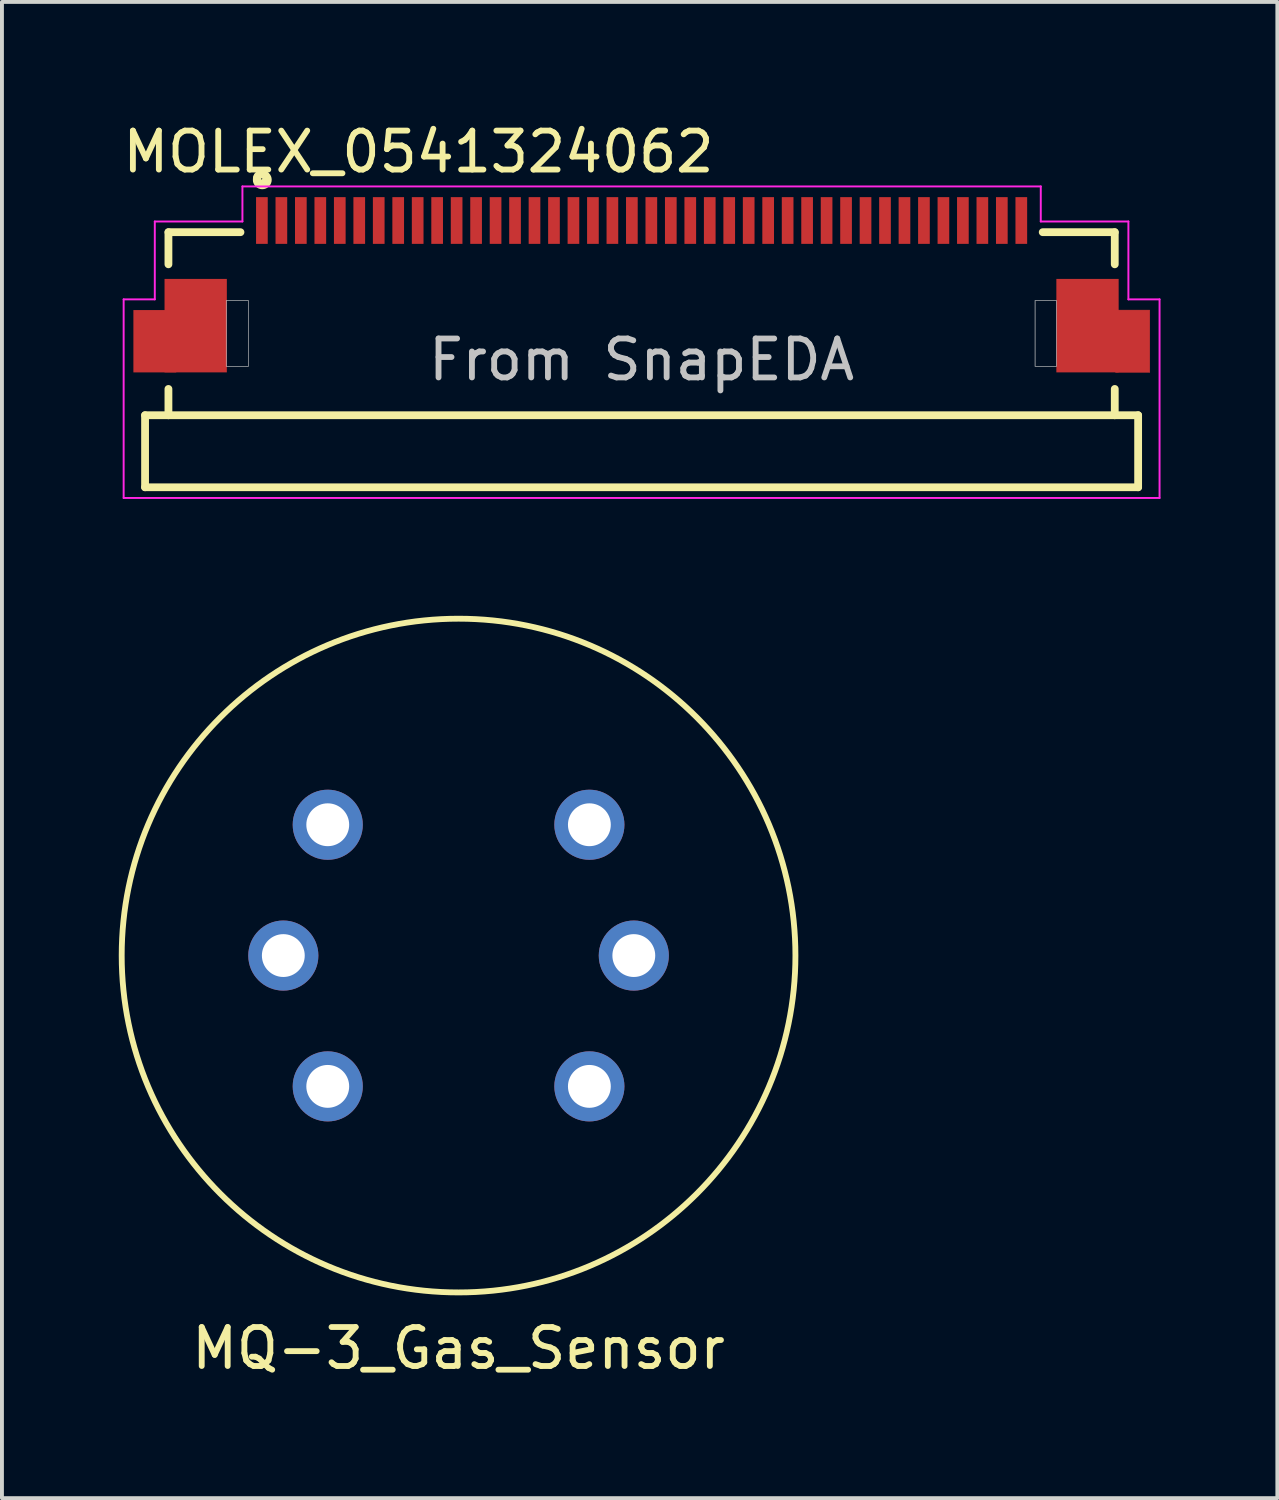
<source format=kicad_pcb>
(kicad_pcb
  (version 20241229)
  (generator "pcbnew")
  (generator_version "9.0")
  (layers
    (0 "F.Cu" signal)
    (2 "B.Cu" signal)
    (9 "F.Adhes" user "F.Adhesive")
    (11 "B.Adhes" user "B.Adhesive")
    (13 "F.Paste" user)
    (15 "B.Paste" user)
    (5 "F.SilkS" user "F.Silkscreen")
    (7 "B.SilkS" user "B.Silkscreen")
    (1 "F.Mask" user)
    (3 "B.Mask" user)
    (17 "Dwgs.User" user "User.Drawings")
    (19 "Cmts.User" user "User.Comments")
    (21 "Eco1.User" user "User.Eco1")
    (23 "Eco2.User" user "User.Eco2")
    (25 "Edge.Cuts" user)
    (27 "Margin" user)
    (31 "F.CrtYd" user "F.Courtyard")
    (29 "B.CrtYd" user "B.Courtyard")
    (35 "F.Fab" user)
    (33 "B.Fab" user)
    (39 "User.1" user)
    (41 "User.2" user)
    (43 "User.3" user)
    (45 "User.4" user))
  (footprint "MOLEX_0541324062"
    (layer "F.Cu")
    (at 13.425 6.187)
    (property "Reference" "MOLEX_0541324062" (at -5.729 -5.338 0) (layer "F.SilkS") (effects (font (size 1 1) (thickness 0.15))))
    (attr through_hole)
    (fp_poly (pts (xy 12.171 -1.275) (xy 13.05 -1.275) (xy 13.05 0.326) (xy 12.171 0.326)) (stroke (width 0.01) (type solid)) (fill yes) (layer "F.Cu"))
    (fp_poly (pts (xy -13.05 -1.275) (xy -10.7 -1.275) (xy -10.7 -1.675) (xy -11.95 0.125) (xy -11.95 0.325) (xy -13.05 0.325)) (stroke (width 0) (type solid)) (fill yes) (layer "F.Cu"))
    (fp_poly (pts (xy -13.155 -1.375) (xy -12.3 -1.375) (xy -12.3 0.425) (xy -13.155 0.425)) (stroke (width 0.01) (type solid)) (fill yes) (layer "F.Mask"))
    (fp_poly (pts (xy 12.157 -1.375) (xy 13.15 -1.375) (xy 13.15 0.425) (xy 12.157 0.425)) (stroke (width 0.01) (type solid)) (fill yes) (layer "F.Mask"))
    (fp_line (start -12.75 1.425) (end -12.15 1.425) (stroke (width 0.2) (type solid)) (layer "F.SilkS"))
    (fp_line (start -12.75 3.275) (end -12.75 1.425) (stroke (width 0.2) (type solid)) (layer "F.SilkS"))
    (fp_line (start -12.15 -3.275) (end -10.3 -3.275) (stroke (width 0.2) (type solid)) (layer "F.SilkS"))
    (fp_line (start -12.15 -2.45) (end -12.15 -3.275) (stroke (width 0.2) (type solid)) (layer "F.SilkS"))
    (fp_line (start -12.15 1.425) (end -12.15 0.75) (stroke (width 0.2) (type solid)) (layer "F.SilkS"))
    (fp_line (start 10.3 -3.275) (end 12.15 -3.275) (stroke (width 0.2) (type solid)) (layer "F.SilkS"))
    (fp_line (start 12.15 -3.275) (end 12.15 -2.45) (stroke (width 0.2) (type solid)) (layer "F.SilkS"))
    (fp_line (start 12.15 0.75) (end 12.15 1.425) (stroke (width 0.2) (type solid)) (layer "F.SilkS"))
    (fp_line (start 12.15 1.425) (end -12.15 1.425) (stroke (width 0.2) (type solid)) (layer "F.SilkS"))
    (fp_line (start 12.15 1.425) (end 12.75 1.425) (stroke (width 0.2) (type solid)) (layer "F.SilkS"))
    (fp_line (start 12.75 1.425) (end 12.75 3.275) (stroke (width 0.2) (type solid)) (layer "F.SilkS"))
    (fp_line (start 12.75 3.275) (end -12.75 3.275) (stroke (width 0.2) (type solid)) (layer "F.SilkS"))
    (fp_circle (center -9.76 -4.65) (end -9.64 -4.65) (stroke (width 0.2) (type solid)) (fill no) (layer "F.SilkS"))
    (fp_circle (center -9.74 -4.62) (end -9.698 -4.62) (stroke (width 0.2) (type solid)) (fill no) (layer "F.SilkS"))
    (fp_poly (pts (xy -13.069 -1.275) (xy -12.25 -1.275) (xy -12.25 0.325) (xy -13.069 0.325)) (stroke (width 0.01) (type solid)) (fill yes) (layer "F.Paste"))
    (fp_poly (pts (xy 12.117 -1.275) (xy 13.05 -1.275) (xy 13.05 0.325) (xy 12.117 0.325)) (stroke (width 0.01) (type solid)) (fill yes) (layer "F.Paste"))
    (fp_poly (pts (xy -10.668 -1.525) (xy -10.1 -1.525) (xy -10.1 0.175) (xy -10.668 0.175)) (stroke (width 0.01) (type solid)) (fill no) (layer "Dwgs.User"))
    (fp_poly (pts (xy -10.651 -1.525) (xy -10.1 -1.525) (xy -10.1 0.175) (xy -10.651 0.175)) (stroke (width 0.01) (type solid)) (fill no) (layer "Dwgs.User"))
    (fp_poly (pts (xy 10.1 -1.525) (xy 10.65 -1.525) (xy 10.65 0.175) (xy 10.1 0.175)) (stroke (width 0.01) (type solid)) (fill no) (layer "Dwgs.User"))
    (fp_poly (pts (xy 10.115 -1.525) (xy 10.65 -1.525) (xy 10.65 0.175) (xy 10.115 0.175)) (stroke (width 0.01) (type solid)) (fill no) (layer "Dwgs.User"))
    (fp_line (start -13.3 -1.55) (end -12.5 -1.55) (stroke (width 0.05) (type solid)) (layer "F.CrtYd"))
    (fp_line (start -13.3 3.55) (end -13.3 -1.55) (stroke (width 0.05) (type solid)) (layer "F.CrtYd"))
    (fp_line (start -12.5 -3.55) (end -10.25 -3.55) (stroke (width 0.05) (type solid)) (layer "F.CrtYd"))
    (fp_line (start -12.5 -1.55) (end -12.5 -3.55) (stroke (width 0.05) (type solid)) (layer "F.CrtYd"))
    (fp_line (start -10.25 -4.45) (end 10.25 -4.45) (stroke (width 0.05) (type solid)) (layer "F.CrtYd"))
    (fp_line (start -10.25 -3.55) (end -10.25 -4.45) (stroke (width 0.05) (type solid)) (layer "F.CrtYd"))
    (fp_line (start 10.25 -4.45) (end 10.25 -3.55) (stroke (width 0.05) (type solid)) (layer "F.CrtYd"))
    (fp_line (start 10.25 -3.55) (end 12.5 -3.55) (stroke (width 0.05) (type solid)) (layer "F.CrtYd"))
    (fp_line (start 12.5 -3.55) (end 12.5 -1.55) (stroke (width 0.05) (type solid)) (layer "F.CrtYd"))
    (fp_line (start 12.5 -1.55) (end 13.3 -1.55) (stroke (width 0.05) (type solid)) (layer "F.CrtYd"))
    (fp_line (start 13.3 -1.55) (end 13.3 3.55) (stroke (width 0.05) (type solid)) (layer "F.CrtYd"))
    (fp_line (start 13.3 3.55) (end -13.3 3.55) (stroke (width 0.05) (type solid)) (layer "F.CrtYd"))
    (fp_text user "From SnapEDA" (at 0 0 0) (layer "Dwgs.User") (effects (font (size 1 1) (thickness 0.15))))
    (pad "1" smd rect (at -9.75 -3.575) (size 0.3 1.2) (layers "F.Cu" "F.Mask" "F.Paste"))
    (pad "2" smd rect (at -9.25 -3.575) (size 0.3 1.2) (layers "F.Cu" "F.Mask" "F.Paste"))
    (pad "3" smd rect (at -8.75 -3.575) (size 0.3 1.2) (layers "F.Cu" "F.Mask" "F.Paste"))
    (pad "4" smd rect (at -8.25 -3.575) (size 0.3 1.2) (layers "F.Cu" "F.Mask" "F.Paste"))
    (pad "5" smd rect (at -7.75 -3.575) (size 0.3 1.2) (layers "F.Cu" "F.Mask" "F.Paste"))
    (pad "6" smd rect (at -7.25 -3.575) (size 0.3 1.2) (layers "F.Cu" "F.Mask" "F.Paste"))
    (pad "7" smd rect (at -6.75 -3.575) (size 0.3 1.2) (layers "F.Cu" "F.Mask" "F.Paste"))
    (pad "8" smd rect (at -6.25 -3.575) (size 0.3 1.2) (layers "F.Cu" "F.Mask" "F.Paste"))
    (pad "9" smd rect (at -5.75 -3.575) (size 0.3 1.2) (layers "F.Cu" "F.Mask" "F.Paste"))
    (pad "10" smd rect (at -5.25 -3.575) (size 0.3 1.2) (layers "F.Cu" "F.Mask" "F.Paste"))
    (pad "11" smd rect (at -4.75 -3.575) (size 0.3 1.2) (layers "F.Cu" "F.Mask" "F.Paste"))
    (pad "12" smd rect (at -4.25 -3.575) (size 0.3 1.2) (layers "F.Cu" "F.Mask" "F.Paste"))
    (pad "13" smd rect (at -3.75 -3.575) (size 0.3 1.2) (layers "F.Cu" "F.Mask" "F.Paste"))
    (pad "14" smd rect (at -3.25 -3.575) (size 0.3 1.2) (layers "F.Cu" "F.Mask" "F.Paste"))
    (pad "15" smd rect (at -2.75 -3.575) (size 0.3 1.2) (layers "F.Cu" "F.Mask" "F.Paste"))
    (pad "16" smd rect (at -2.25 -3.575) (size 0.3 1.2) (layers "F.Cu" "F.Mask" "F.Paste"))
    (pad "17" smd rect (at -1.75 -3.575) (size 0.3 1.2) (layers "F.Cu" "F.Mask" "F.Paste"))
    (pad "18" smd rect (at -1.25 -3.575) (size 0.3 1.2) (layers "F.Cu" "F.Mask" "F.Paste"))
    (pad "19" smd rect (at -0.75 -3.575) (size 0.3 1.2) (layers "F.Cu" "F.Mask" "F.Paste"))
    (pad "20" smd rect (at -0.25 -3.575) (size 0.3 1.2) (layers "F.Cu" "F.Mask" "F.Paste"))
    (pad "21" smd rect (at 0.25 -3.575) (size 0.3 1.2) (layers "F.Cu" "F.Mask" "F.Paste"))
    (pad "22" smd rect (at 0.75 -3.575) (size 0.3 1.2) (layers "F.Cu" "F.Mask" "F.Paste"))
    (pad "23" smd rect (at 1.25 -3.575) (size 0.3 1.2) (layers "F.Cu" "F.Mask" "F.Paste"))
    (pad "24" smd rect (at 1.75 -3.575) (size 0.3 1.2) (layers "F.Cu" "F.Mask" "F.Paste"))
    (pad "25" smd rect (at 2.25 -3.575) (size 0.3 1.2) (layers "F.Cu" "F.Mask" "F.Paste"))
    (pad "26" smd rect (at 2.75 -3.575) (size 0.3 1.2) (layers "F.Cu" "F.Mask" "F.Paste"))
    (pad "27" smd rect (at 3.25 -3.575) (size 0.3 1.2) (layers "F.Cu" "F.Mask" "F.Paste"))
    (pad "28" smd rect (at 3.75 -3.575) (size 0.3 1.2) (layers "F.Cu" "F.Mask" "F.Paste"))
    (pad "29" smd rect (at 4.25 -3.575) (size 0.3 1.2) (layers "F.Cu" "F.Mask" "F.Paste"))
    (pad "30" smd rect (at 4.75 -3.575) (size 0.3 1.2) (layers "F.Cu" "F.Mask" "F.Paste"))
    (pad "31" smd rect (at 5.25 -3.575) (size 0.3 1.2) (layers "F.Cu" "F.Mask" "F.Paste"))
    (pad "32" smd rect (at 5.75 -3.575) (size 0.3 1.2) (layers "F.Cu" "F.Mask" "F.Paste"))
    (pad "33" smd rect (at 6.25 -3.575) (size 0.3 1.2) (layers "F.Cu" "F.Mask" "F.Paste"))
    (pad "34" smd rect (at 6.75 -3.575) (size 0.3 1.2) (layers "F.Cu" "F.Mask" "F.Paste"))
    (pad "35" smd rect (at 7.25 -3.575) (size 0.3 1.2) (layers "F.Cu" "F.Mask" "F.Paste"))
    (pad "36" smd rect (at 7.75 -3.575) (size 0.3 1.2) (layers "F.Cu" "F.Mask" "F.Paste"))
    (pad "37" smd rect (at 8.25 -3.575) (size 0.3 1.2) (layers "F.Cu" "F.Mask" "F.Paste"))
    (pad "38" smd rect (at 8.75 -3.575) (size 0.3 1.2) (layers "F.Cu" "F.Mask" "F.Paste"))
    (pad "39" smd rect (at 9.25 -3.575) (size 0.3 1.2) (layers "F.Cu" "F.Mask" "F.Paste"))
    (pad "40" smd rect (at 9.75 -3.575) (size 0.3 1.2) (layers "F.Cu" "F.Mask" "F.Paste"))
    (pad "41" smd rect (at -11.45 -0.875) (size 1.6 2.4) (layers "F.Cu" "F.Mask" "F.Paste"))
    (pad "44" smd rect (at 11.45 -0.875) (size 1.6 2.4) (layers "F.Cu" "F.Mask" "F.Paste")))
  (footprint "MQ-3_Gas_Sensor"
    (layer "F.Cu")
    (at 8.725 21.487)
    (property "Reference" "MQ-3_Gas_Sensor" (at 0 10.084 0) (layer "F.SilkS") (effects (font (size 1 1) (thickness 0.15))))
    (attr through_hole)
    (fp_circle (center 0 0) (end 8.65 0) (stroke (width 0.15) (type solid)) (fill no) (layer "F.SilkS"))
    (pad "A1" thru_hole circle (at -3.359 -3.359) (size 1.8 1.8) (drill 1.1) (layers "*.Cu" "*.Mask"))
    (pad "A2" thru_hole circle (at -3.359 3.359) (size 1.8 1.8) (drill 1.1) (layers "*.Cu" "*.Mask"))
    (pad "B1" thru_hole circle (at 3.359 -3.359) (size 1.8 1.8) (drill 1.1) (layers "*.Cu" "*.Mask"))
    (pad "B2" thru_hole circle (at 3.359 3.359) (size 1.8 1.8) (drill 1.1) (layers "*.Cu" "*.Mask"))
    (pad "H1" thru_hole circle (at -4.5 0) (size 1.8 1.8) (drill 1.1) (layers "*.Cu" "*.Mask"))
    (pad "H2" thru_hole circle (at 4.5 0) (size 1.8 1.8) (drill 1.1) (layers "*.Cu" "*.Mask")))
  (gr_rect
    (start -3 -3)
    (end 29.75 35.419)
    (stroke (width 0.1) (type default))
    (fill no)
    (layer "Edge.Cuts")))
</source>
